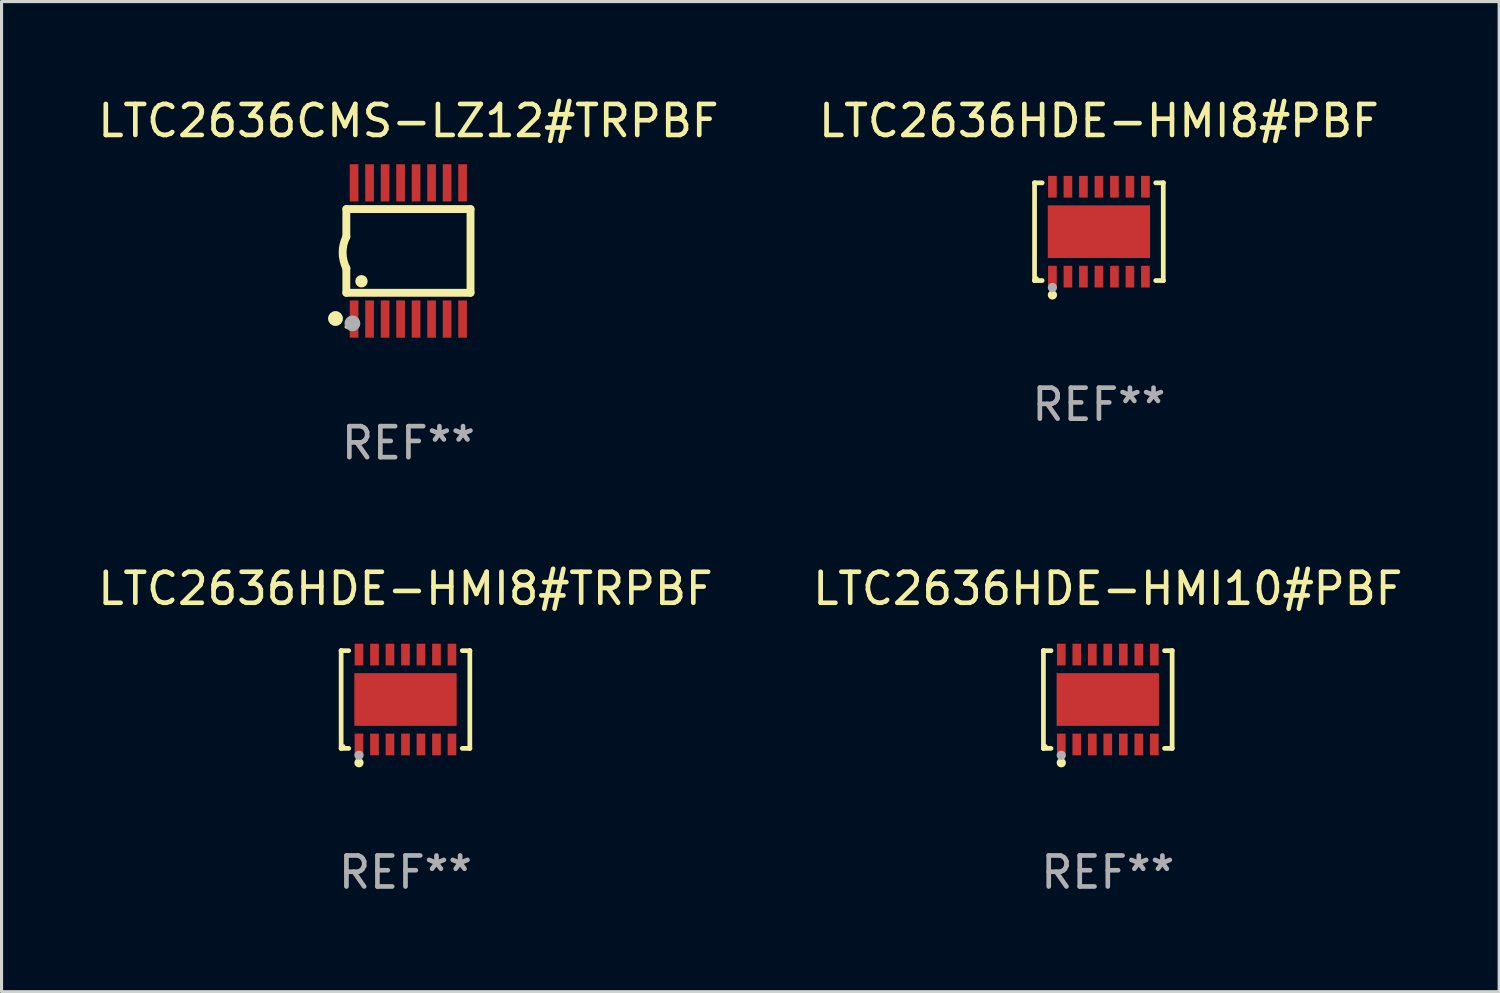
<source format=kicad_pcb>
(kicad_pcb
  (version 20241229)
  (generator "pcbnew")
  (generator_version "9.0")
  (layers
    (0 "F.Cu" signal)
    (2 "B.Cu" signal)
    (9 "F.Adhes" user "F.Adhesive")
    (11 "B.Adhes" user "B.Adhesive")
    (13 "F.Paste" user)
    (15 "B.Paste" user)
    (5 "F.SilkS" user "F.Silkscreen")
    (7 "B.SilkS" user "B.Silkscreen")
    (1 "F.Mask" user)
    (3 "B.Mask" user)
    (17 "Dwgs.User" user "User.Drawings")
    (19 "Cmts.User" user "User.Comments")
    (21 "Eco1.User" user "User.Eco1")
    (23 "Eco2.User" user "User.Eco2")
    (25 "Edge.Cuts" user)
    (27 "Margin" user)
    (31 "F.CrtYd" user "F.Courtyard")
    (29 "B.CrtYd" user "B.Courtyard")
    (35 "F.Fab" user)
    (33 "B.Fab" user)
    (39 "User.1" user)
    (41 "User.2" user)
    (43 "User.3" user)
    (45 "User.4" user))
  (footprint "LTC2636HDE-HMI10#PBF"
    (layer "F.Cu")
    (at 32.685 19.515)
    (property "Reference" "LTC2636HDE-HMI10#PBF" (at 0 -3.576 0) (layer "F.SilkS") (effects (font (size 1 1) (thickness 0.15))))
    (attr through_hole)
    (fp_line (start -2.076 -1.576) (end -2.076 -1.576) (stroke (width 0.152) (type solid)) (layer "F.SilkS"))
    (fp_line (start -2.076 -1.576) (end -1.831 -1.576) (stroke (width 0.152) (type solid)) (layer "F.SilkS"))
    (fp_line (start -2.076 1.576) (end -2.076 -1.576) (stroke (width 0.152) (type solid)) (layer "F.SilkS"))
    (fp_line (start -2.076 1.576) (end -2.076 1.576) (stroke (width 0.152) (type solid)) (layer "F.SilkS"))
    (fp_line (start -1.831 1.576) (end -2.076 1.576) (stroke (width 0.152) (type solid)) (layer "F.SilkS"))
    (fp_line (start 1.831 1.576) (end 2.076 1.576) (stroke (width 0.152) (type solid)) (layer "F.SilkS"))
    (fp_line (start 2.076 -1.576) (end 1.831 -1.576) (stroke (width 0.152) (type solid)) (layer "F.SilkS"))
    (fp_line (start 2.076 -1.576) (end 2.076 -1.576) (stroke (width 0.152) (type solid)) (layer "F.SilkS"))
    (fp_line (start 2.076 1.576) (end 2.076 -1.576) (stroke (width 0.152) (type solid)) (layer "F.SilkS"))
    (fp_line (start 2.076 1.576) (end 2.076 1.576) (stroke (width 0.152) (type solid)) (layer "F.SilkS"))
    (fp_circle (center -2 1.5) (end -1.97 1.5) (stroke (width 0.06) (type solid)) (fill no) (layer "F.SilkS"))
    (fp_circle (center -1.5 2.04) (end -1.425 2.04) (stroke (width 0.15) (type solid)) (fill no) (layer "F.SilkS"))
    (fp_circle (center -1.5 1.8) (end -1.425 1.8) (stroke (width 0.15) (type solid)) (fill no) (layer "F.Fab"))
    (fp_text user "REF**" (at 0 5.576 0) (layer "F.Fab") (effects (font (size 1 1) (thickness 0.15))))
    (pad "1" smd rect (at -1.5 1.45) (size 0.28 0.7) (layers "F.Cu" "F.Mask" "F.Paste"))
    (pad "2" smd rect (at -1 1.45) (size 0.28 0.7) (layers "F.Cu" "F.Mask" "F.Paste"))
    (pad "3" smd rect (at -0.5 1.45) (size 0.28 0.7) (layers "F.Cu" "F.Mask" "F.Paste"))
    (pad "4" smd rect (at 0 1.45) (size 0.28 0.7) (layers "F.Cu" "F.Mask" "F.Paste"))
    (pad "5" smd rect (at 0.5 1.45) (size 0.28 0.7) (layers "F.Cu" "F.Mask" "F.Paste"))
    (pad "6" smd rect (at 1 1.45) (size 0.28 0.7) (layers "F.Cu" "F.Mask" "F.Paste"))
    (pad "7" smd rect (at 1.5 1.45) (size 0.28 0.7) (layers "F.Cu" "F.Mask" "F.Paste"))
    (pad "8" smd rect (at 1.5 -1.45) (size 0.28 0.7) (layers "F.Cu" "F.Mask" "F.Paste"))
    (pad "9" smd rect (at 1 -1.45) (size 0.28 0.7) (layers "F.Cu" "F.Mask" "F.Paste"))
    (pad "10" smd rect (at 0.5 -1.45) (size 0.28 0.7) (layers "F.Cu" "F.Mask" "F.Paste"))
    (pad "11" smd rect (at 0 -1.45) (size 0.28 0.7) (layers "F.Cu" "F.Mask" "F.Paste"))
    (pad "12" smd rect (at -0.5 -1.45) (size 0.28 0.7) (layers "F.Cu" "F.Mask" "F.Paste"))
    (pad "13" smd rect (at -1 -1.45) (size 0.28 0.7) (layers "F.Cu" "F.Mask" "F.Paste"))
    (pad "14" smd rect (at -1.5 -1.45) (size 0.28 0.7) (layers "F.Cu" "F.Mask" "F.Paste"))
    (pad "15" smd rect (at 0 0) (size 3.3 1.7) (layers "F.Cu" "F.Mask" "F.Paste")))
  (footprint "LTC2636HDE-HMI8#TRPBF"
    (layer "F.Cu")
    (at 10.03 19.515)
    (property "Reference" "LTC2636HDE-HMI8#TRPBF" (at 0 -3.576 0) (layer "F.SilkS") (effects (font (size 1 1) (thickness 0.15))))
    (attr through_hole)
    (fp_line (start -2.076 -1.576) (end -2.076 -1.576) (stroke (width 0.152) (type solid)) (layer "F.SilkS"))
    (fp_line (start -2.076 -1.576) (end -1.831 -1.576) (stroke (width 0.152) (type solid)) (layer "F.SilkS"))
    (fp_line (start -2.076 1.576) (end -2.076 -1.576) (stroke (width 0.152) (type solid)) (layer "F.SilkS"))
    (fp_line (start -2.076 1.576) (end -2.076 1.576) (stroke (width 0.152) (type solid)) (layer "F.SilkS"))
    (fp_line (start -1.831 1.576) (end -2.076 1.576) (stroke (width 0.152) (type solid)) (layer "F.SilkS"))
    (fp_line (start 1.831 1.576) (end 2.076 1.576) (stroke (width 0.152) (type solid)) (layer "F.SilkS"))
    (fp_line (start 2.076 -1.576) (end 1.831 -1.576) (stroke (width 0.152) (type solid)) (layer "F.SilkS"))
    (fp_line (start 2.076 -1.576) (end 2.076 -1.576) (stroke (width 0.152) (type solid)) (layer "F.SilkS"))
    (fp_line (start 2.076 1.576) (end 2.076 -1.576) (stroke (width 0.152) (type solid)) (layer "F.SilkS"))
    (fp_line (start 2.076 1.576) (end 2.076 1.576) (stroke (width 0.152) (type solid)) (layer "F.SilkS"))
    (fp_circle (center -2 1.5) (end -1.97 1.5) (stroke (width 0.06) (type solid)) (fill no) (layer "F.SilkS"))
    (fp_circle (center -1.5 2.04) (end -1.425 2.04) (stroke (width 0.15) (type solid)) (fill no) (layer "F.SilkS"))
    (fp_circle (center -1.5 1.8) (end -1.425 1.8) (stroke (width 0.15) (type solid)) (fill no) (layer "F.Fab"))
    (fp_text user "REF**" (at 0 5.576 0) (layer "F.Fab") (effects (font (size 1 1) (thickness 0.15))))
    (pad "1" smd rect (at -1.5 1.45) (size 0.28 0.7) (layers "F.Cu" "F.Mask" "F.Paste"))
    (pad "2" smd rect (at -1 1.45) (size 0.28 0.7) (layers "F.Cu" "F.Mask" "F.Paste"))
    (pad "3" smd rect (at -0.5 1.45) (size 0.28 0.7) (layers "F.Cu" "F.Mask" "F.Paste"))
    (pad "4" smd rect (at 0 1.45) (size 0.28 0.7) (layers "F.Cu" "F.Mask" "F.Paste"))
    (pad "5" smd rect (at 0.5 1.45) (size 0.28 0.7) (layers "F.Cu" "F.Mask" "F.Paste"))
    (pad "6" smd rect (at 1 1.45) (size 0.28 0.7) (layers "F.Cu" "F.Mask" "F.Paste"))
    (pad "7" smd rect (at 1.5 1.45) (size 0.28 0.7) (layers "F.Cu" "F.Mask" "F.Paste"))
    (pad "8" smd rect (at 1.5 -1.45) (size 0.28 0.7) (layers "F.Cu" "F.Mask" "F.Paste"))
    (pad "9" smd rect (at 1 -1.45) (size 0.28 0.7) (layers "F.Cu" "F.Mask" "F.Paste"))
    (pad "10" smd rect (at 0.5 -1.45) (size 0.28 0.7) (layers "F.Cu" "F.Mask" "F.Paste"))
    (pad "11" smd rect (at 0 -1.45) (size 0.28 0.7) (layers "F.Cu" "F.Mask" "F.Paste"))
    (pad "12" smd rect (at -0.5 -1.45) (size 0.28 0.7) (layers "F.Cu" "F.Mask" "F.Paste"))
    (pad "13" smd rect (at -1 -1.45) (size 0.28 0.7) (layers "F.Cu" "F.Mask" "F.Paste"))
    (pad "14" smd rect (at -1.5 -1.45) (size 0.28 0.7) (layers "F.Cu" "F.Mask" "F.Paste"))
    (pad "15" smd rect (at 0 0) (size 3.3 1.7) (layers "F.Cu" "F.Mask" "F.Paste")))
  (footprint "LTC2636HDE-HMI8#PBF"
    (layer "F.Cu")
    (at 32.399 4.424)
    (property "Reference" "LTC2636HDE-HMI8#PBF" (at 0 -3.576 0) (layer "F.SilkS") (effects (font (size 1 1) (thickness 0.15))))
    (attr through_hole)
    (fp_line (start -2.076 -1.576) (end -2.076 -1.576) (stroke (width 0.152) (type solid)) (layer "F.SilkS"))
    (fp_line (start -2.076 -1.576) (end -1.831 -1.576) (stroke (width 0.152) (type solid)) (layer "F.SilkS"))
    (fp_line (start -2.076 1.576) (end -2.076 -1.576) (stroke (width 0.152) (type solid)) (layer "F.SilkS"))
    (fp_line (start -2.076 1.576) (end -2.076 1.576) (stroke (width 0.152) (type solid)) (layer "F.SilkS"))
    (fp_line (start -1.831 1.576) (end -2.076 1.576) (stroke (width 0.152) (type solid)) (layer "F.SilkS"))
    (fp_line (start 1.831 1.576) (end 2.076 1.576) (stroke (width 0.152) (type solid)) (layer "F.SilkS"))
    (fp_line (start 2.076 -1.576) (end 1.831 -1.576) (stroke (width 0.152) (type solid)) (layer "F.SilkS"))
    (fp_line (start 2.076 -1.576) (end 2.076 -1.576) (stroke (width 0.152) (type solid)) (layer "F.SilkS"))
    (fp_line (start 2.076 1.576) (end 2.076 -1.576) (stroke (width 0.152) (type solid)) (layer "F.SilkS"))
    (fp_line (start 2.076 1.576) (end 2.076 1.576) (stroke (width 0.152) (type solid)) (layer "F.SilkS"))
    (fp_circle (center -2 1.5) (end -1.97 1.5) (stroke (width 0.06) (type solid)) (fill no) (layer "F.SilkS"))
    (fp_circle (center -1.5 2.04) (end -1.425 2.04) (stroke (width 0.15) (type solid)) (fill no) (layer "F.SilkS"))
    (fp_circle (center -1.5 1.8) (end -1.425 1.8) (stroke (width 0.15) (type solid)) (fill no) (layer "F.Fab"))
    (fp_text user "REF**" (at 0 5.576 0) (layer "F.Fab") (effects (font (size 1 1) (thickness 0.15))))
    (pad "1" smd rect (at -1.5 1.45) (size 0.28 0.7) (layers "F.Cu" "F.Mask" "F.Paste"))
    (pad "2" smd rect (at -1 1.45) (size 0.28 0.7) (layers "F.Cu" "F.Mask" "F.Paste"))
    (pad "3" smd rect (at -0.5 1.45) (size 0.28 0.7) (layers "F.Cu" "F.Mask" "F.Paste"))
    (pad "4" smd rect (at 0 1.45) (size 0.28 0.7) (layers "F.Cu" "F.Mask" "F.Paste"))
    (pad "5" smd rect (at 0.5 1.45) (size 0.28 0.7) (layers "F.Cu" "F.Mask" "F.Paste"))
    (pad "6" smd rect (at 1 1.45) (size 0.28 0.7) (layers "F.Cu" "F.Mask" "F.Paste"))
    (pad "7" smd rect (at 1.5 1.45) (size 0.28 0.7) (layers "F.Cu" "F.Mask" "F.Paste"))
    (pad "8" smd rect (at 1.5 -1.45) (size 0.28 0.7) (layers "F.Cu" "F.Mask" "F.Paste"))
    (pad "9" smd rect (at 1 -1.45) (size 0.28 0.7) (layers "F.Cu" "F.Mask" "F.Paste"))
    (pad "10" smd rect (at 0.5 -1.45) (size 0.28 0.7) (layers "F.Cu" "F.Mask" "F.Paste"))
    (pad "11" smd rect (at 0 -1.45) (size 0.28 0.7) (layers "F.Cu" "F.Mask" "F.Paste"))
    (pad "12" smd rect (at -0.5 -1.45) (size 0.28 0.7) (layers "F.Cu" "F.Mask" "F.Paste"))
    (pad "13" smd rect (at -1 -1.45) (size 0.28 0.7) (layers "F.Cu" "F.Mask" "F.Paste"))
    (pad "14" smd rect (at -1.5 -1.45) (size 0.28 0.7) (layers "F.Cu" "F.Mask" "F.Paste"))
    (pad "15" smd rect (at 0 0) (size 3.3 1.7) (layers "F.Cu" "F.Mask" "F.Paste")))
  (footprint "LTC2636CMS-LZ12#TRPBF"
    (layer "F.Cu")
    (at 10.125 5.045)
    (property "Reference" "LTC2636CMS-LZ12#TRPBF" (at 0 -4.197 0) (layer "F.SilkS") (effects (font (size 1 1) (thickness 0.15))))
    (attr through_hole)
    (fp_line (start -2.003 -1.35) (end -2.003 -0.457) (stroke (width 0.254) (type solid)) (layer "F.SilkS"))
    (fp_line (start -2.003 -1.35) (end 2.003 -1.35) (stroke (width 0.254) (type solid)) (layer "F.SilkS"))
    (fp_line (start -2.003 1.35) (end -2.003 0.559) (stroke (width 0.254) (type solid)) (layer "F.SilkS"))
    (fp_line (start -2.003 1.35) (end 2.003 1.35) (stroke (width 0.254) (type solid)) (layer "F.SilkS"))
    (fp_line (start 2.003 -1.35) (end 2.003 1.35) (stroke (width 0.254) (type solid)) (layer "F.SilkS"))
    (fp_arc (start -2.002286 0.558802) (mid -2.122556 0.05092) (end -2.003302 -0.457201) (stroke (width 0.254001) (type solid)) (layer "F.SilkS"))
    (fp_circle (center -2.353 2.18) (end -2.233 2.18) (stroke (width 0.24) (type solid)) (fill no) (layer "F.SilkS"))
    (fp_circle (center -2.003 2.45) (end -1.973 2.45) (stroke (width 0.06) (type solid)) (fill no) (layer "F.SilkS"))
    (fp_circle (center -1.515 0.978) (end -1.415 0.978) (stroke (width 0.2) (type solid)) (fill no) (layer "F.SilkS"))
    (fp_circle (center -1.807 2.337) (end -1.68 2.337) (stroke (width 0.254) (type solid)) (fill no) (layer "F.Fab"))
    (fp_text user "REF**" (at 0 6.197 0) (layer "F.Fab") (effects (font (size 1 1) (thickness 0.15))))
    (pad "1" smd rect (at -1.753 2.197 90) (size 1.2 0.28) (layers "F.Cu" "F.Mask" "F.Paste"))
    (pad "2" smd rect (at -1.253 2.197 90) (size 1.2 0.28) (layers "F.Cu" "F.Mask" "F.Paste"))
    (pad "3" smd rect (at -0.753 2.197 90) (size 1.2 0.28) (layers "F.Cu" "F.Mask" "F.Paste"))
    (pad "4" smd rect (at -0.253 2.197 90) (size 1.2 0.28) (layers "F.Cu" "F.Mask" "F.Paste"))
    (pad "5" smd rect (at 0.247 2.197 90) (size 1.2 0.28) (layers "F.Cu" "F.Mask" "F.Paste"))
    (pad "6" smd rect (at 0.747 2.197 90) (size 1.2 0.28) (layers "F.Cu" "F.Mask" "F.Paste"))
    (pad "7" smd rect (at 1.247 2.197 90) (size 1.2 0.28) (layers "F.Cu" "F.Mask" "F.Paste"))
    (pad "8" smd rect (at 1.747 2.197 90) (size 1.2 0.28) (layers "F.Cu" "F.Mask" "F.Paste"))
    (pad "9" smd rect (at 1.747 -2.197 90) (size 1.2 0.28) (layers "F.Cu" "F.Mask" "F.Paste"))
    (pad "10" smd rect (at 1.247 -2.197 90) (size 1.2 0.28) (layers "F.Cu" "F.Mask" "F.Paste"))
    (pad "11" smd rect (at 0.747 -2.197 90) (size 1.2 0.28) (layers "F.Cu" "F.Mask" "F.Paste"))
    (pad "12" smd rect (at 0.247 -2.197 90) (size 1.2 0.28) (layers "F.Cu" "F.Mask" "F.Paste"))
    (pad "13" smd rect (at -0.253 -2.197 90) (size 1.2 0.28) (layers "F.Cu" "F.Mask" "F.Paste"))
    (pad "14" smd rect (at -0.753 -2.197 90) (size 1.2 0.28) (layers "F.Cu" "F.Mask" "F.Paste"))
    (pad "15" smd rect (at -1.253 -2.197 90) (size 1.2 0.28) (layers "F.Cu" "F.Mask" "F.Paste"))
    (pad "16" smd rect (at -1.753 -2.197 90) (size 1.2 0.28) (layers "F.Cu" "F.Mask" "F.Paste")))
  (gr_rect
    (start -3 -3)
    (end 45.31 28.94)
    (stroke (width 0.1) (type default))
    (fill no)
    (layer "Edge.Cuts")))
</source>
